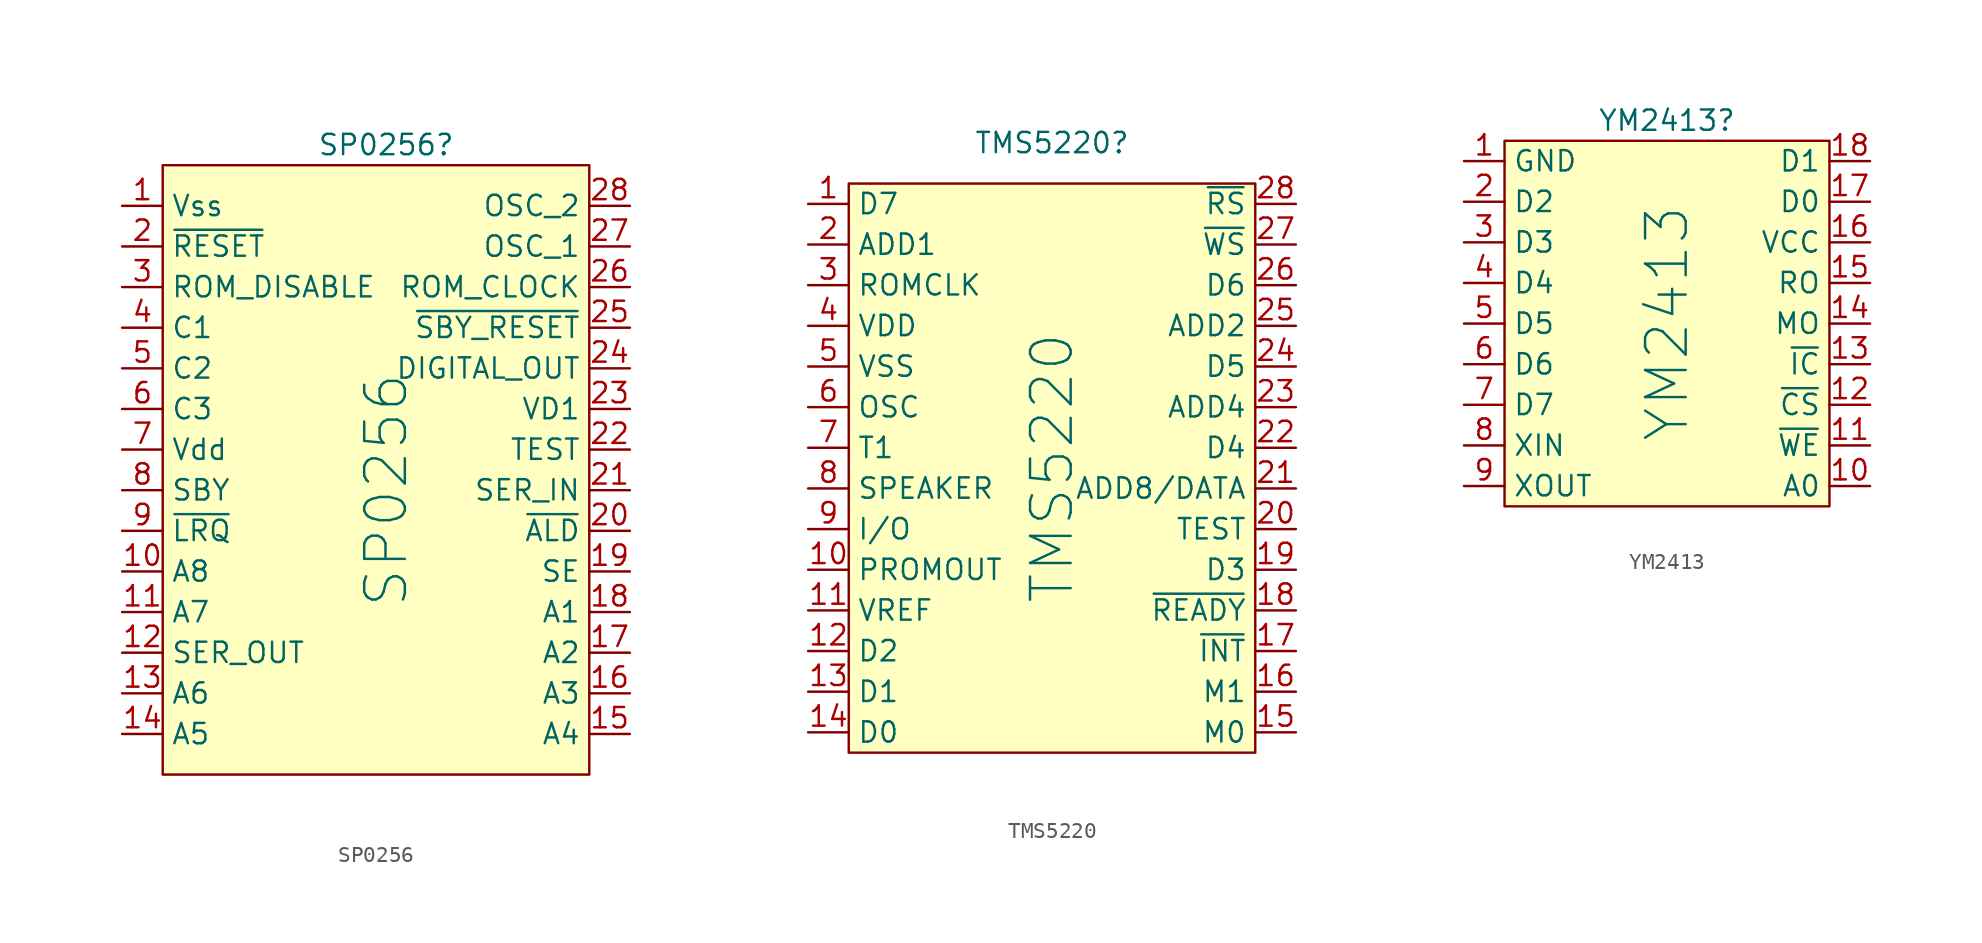
<source format=kicad_sym>
(kicad_symbol_lib
  (version 20220914)
  (generator kicad_symbol_editor)
  (symbol "SP0256"
    (property "Reference" "SP0256"
      (at 0 20.32 0)
      (effects (font (size 1.27 1.27))))
    (property "Value" "SP0256"
      (at 0 -1.27 90)
      (effects (font (size 2.54 2.54))))
    (symbol "SP0256_0_0"
      (pin passive line (at -16.51 16.51 0) (length 2.54) (name "Vss" (effects (font (size 1.27 1.27)))) (number "1" (effects (font (size 1.27 1.27)))))
      (pin input line (at -16.51 -6.35 0) (length 2.54) (name "A8" (effects (font (size 1.27 1.27)))) (number "10" (effects (font (size 1.27 1.27)))))
      (pin input line (at -16.51 -8.89 0) (length 2.54) (name "A7" (effects (font (size 1.27 1.27)))) (number "11" (effects (font (size 1.27 1.27)))))
      (pin output line (at -16.51 -11.43 0) (length 2.54) (name "SER_OUT" (effects (font (size 1.27 1.27)))) (number "12" (effects (font (size 1.27 1.27)))))
      (pin input line (at -16.51 -13.97 0) (length 2.54) (name "A6" (effects (font (size 1.27 1.27)))) (number "13" (effects (font (size 1.27 1.27)))))
      (pin input line (at -16.51 -16.51 0) (length 2.54) (name "A5" (effects (font (size 1.27 1.27)))) (number "14" (effects (font (size 1.27 1.27)))))
      (pin input line (at -16.51 13.97 0) (length 2.54) (name "~{RESET}" (effects (font (size 1.27 1.27)))) (number "2" (effects (font (size 1.27 1.27)))))
      (pin input line (at -16.51 11.43 0) (length 2.54) (name "ROM_DISABLE" (effects (font (size 1.27 1.27)))) (number "3" (effects (font (size 1.27 1.27)))))
      (pin output line (at -16.51 8.89 0) (length 2.54) (name "C1" (effects (font (size 1.27 1.27)))) (number "4" (effects (font (size 1.27 1.27)))))
      (pin output line (at -16.51 6.35 0) (length 2.54) (name "C2" (effects (font (size 1.27 1.27)))) (number "5" (effects (font (size 1.27 1.27)))))
      (pin output line (at -16.51 3.81 0) (length 2.54) (name "C3" (effects (font (size 1.27 1.27)))) (number "6" (effects (font (size 1.27 1.27)))))
      (pin power_in line (at -16.51 1.27 0) (length 2.54) (name "Vdd" (effects (font (size 1.27 1.27)))) (number "7" (effects (font (size 1.27 1.27)))))
      (pin output line (at -16.51 -1.27 0) (length 2.54) (name "SBY" (effects (font (size 1.27 1.27)))) (number "8" (effects (font (size 1.27 1.27)))))
      (pin output line (at -16.51 -3.81 0) (length 2.54) (name "~{LRQ}" (effects (font (size 1.27 1.27)))) (number "9" (effects (font (size 1.27 1.27))))))
    (symbol "SP0256_1_0"
      (pin input line (at 15.24 -16.51 180) (length 2.54) (name "A4" (effects (font (size 1.27 1.27)))) (number "15" (effects (font (size 1.27 1.27)))))
      (pin input line (at 15.24 -13.97 180) (length 2.54) (name "A3" (effects (font (size 1.27 1.27)))) (number "16" (effects (font (size 1.27 1.27)))))
      (pin input line (at 15.24 -11.43 180) (length 2.54) (name "A2" (effects (font (size 1.27 1.27)))) (number "17" (effects (font (size 1.27 1.27)))))
      (pin input line (at 15.24 -8.89 180) (length 2.54) (name "A1" (effects (font (size 1.27 1.27)))) (number "18" (effects (font (size 1.27 1.27)))))
      (pin input line (at 15.24 -6.35 180) (length 2.54) (name "SE" (effects (font (size 1.27 1.27)))) (number "19" (effects (font (size 1.27 1.27)))))
      (pin input line (at 15.24 -3.81 180) (length 2.54) (name "~{ALD}" (effects (font (size 1.27 1.27)))) (number "20" (effects (font (size 1.27 1.27)))))
      (pin input line (at 15.24 -1.27 180) (length 2.54) (name "SER_IN" (effects (font (size 1.27 1.27)))) (number "21" (effects (font (size 1.27 1.27)))))
      (pin passive line (at 15.24 1.27 180) (length 2.54) (name "TEST" (effects (font (size 1.27 1.27)))) (number "22" (effects (font (size 1.27 1.27)))))
      (pin power_in line (at 15.24 3.81 180) (length 2.54) (name "VD1" (effects (font (size 1.27 1.27)))) (number "23" (effects (font (size 1.27 1.27)))))
      (pin output line (at 15.24 6.35 180) (length 2.54) (name "DIGITAL_OUT" (effects (font (size 1.27 1.27)))) (number "24" (effects (font (size 1.27 1.27)))))
      (pin input line (at 15.24 8.89 180) (length 2.54) (name "~{SBY_RESET}" (effects (font (size 1.27 1.27)))) (number "25" (effects (font (size 1.27 1.27)))))
      (pin output line (at 15.24 11.43 180) (length 2.54) (name "ROM_CLOCK" (effects (font (size 1.27 1.27)))) (number "26" (effects (font (size 1.27 1.27)))))
      (pin input line (at 15.24 13.97 180) (length 2.54) (name "OSC_1" (effects (font (size 1.27 1.27)))) (number "27" (effects (font (size 1.27 1.27)))))
      (pin output line (at 15.24 16.51 180) (length 2.54) (name "OSC_2" (effects (font (size 1.27 1.27)))) (number "28" (effects (font (size 1.27 1.27))))))
    (symbol "SP0256_1_1"
      (rectangle (start -13.97 19.05) (end 12.7 -19.05) (stroke (width 0) (type default)) (fill (type background)))))
  (symbol "TMS5220"
    (property "Reference" "TMS5220"
      (at 0 20.32 0)
      (effects (font (size 1.27 1.27))))
    (property "Value" "TMS5220"
      (at 0 0 90)
      (effects (font (size 2.54 2.54))))
    (symbol "TMS5220_0_0"
      (pin bidirectional line (at -15.24 16.51 0) (length 2.54) (name "D7" (effects (font (size 1.27 1.27)))) (number "1" (effects (font (size 1.27 1.27)))))
      (pin output line (at -15.24 -6.35 0) (length 2.54) (name "PROMOUT" (effects (font (size 1.27 1.27)))) (number "10" (effects (font (size 1.27 1.27)))))
      (pin input line (at -15.24 -8.89 0) (length 2.54) (name "VREF" (effects (font (size 1.27 1.27)))) (number "11" (effects (font (size 1.27 1.27)))))
      (pin bidirectional line (at -15.24 -11.43 0) (length 2.54) (name "D2" (effects (font (size 1.27 1.27)))) (number "12" (effects (font (size 1.27 1.27)))))
      (pin bidirectional line (at -15.24 -13.97 0) (length 2.54) (name "D1" (effects (font (size 1.27 1.27)))) (number "13" (effects (font (size 1.27 1.27)))))
      (pin bidirectional line (at -15.24 -16.51 0) (length 2.54) (name "D0" (effects (font (size 1.27 1.27)))) (number "14" (effects (font (size 1.27 1.27)))))
      (pin output line (at 15.24 -16.51 180) (length 2.54) (name "M0" (effects (font (size 1.27 1.27)))) (number "15" (effects (font (size 1.27 1.27)))))
      (pin output line (at 15.24 -13.97 180) (length 2.54) (name "M1" (effects (font (size 1.27 1.27)))) (number "16" (effects (font (size 1.27 1.27)))))
      (pin output line (at 15.24 -11.43 180) (length 2.54) (name "~{INT}" (effects (font (size 1.27 1.27)))) (number "17" (effects (font (size 1.27 1.27)))))
      (pin output line (at 15.24 -8.89 180) (length 2.54) (name "~{READY}" (effects (font (size 1.27 1.27)))) (number "18" (effects (font (size 1.27 1.27)))))
      (pin bidirectional line (at 15.24 -6.35 180) (length 2.54) (name "D3" (effects (font (size 1.27 1.27)))) (number "19" (effects (font (size 1.27 1.27)))))
      (pin output line (at -15.24 13.97 0) (length 2.54) (name "ADD1" (effects (font (size 1.27 1.27)))) (number "2" (effects (font (size 1.27 1.27)))))
      (pin input line (at 15.24 -3.81 180) (length 2.54) (name "TEST" (effects (font (size 1.27 1.27)))) (number "20" (effects (font (size 1.27 1.27)))))
      (pin bidirectional line (at 15.24 -1.27 180) (length 2.54) (name "ADD8/DATA" (effects (font (size 1.27 1.27)))) (number "21" (effects (font (size 1.27 1.27)))))
      (pin bidirectional line (at 15.24 1.27 180) (length 2.54) (name "D4" (effects (font (size 1.27 1.27)))) (number "22" (effects (font (size 1.27 1.27)))))
      (pin output line (at 15.24 3.81 180) (length 2.54) (name "ADD4" (effects (font (size 1.27 1.27)))) (number "23" (effects (font (size 1.27 1.27)))))
      (pin bidirectional line (at 15.24 6.35 180) (length 2.54) (name "D5" (effects (font (size 1.27 1.27)))) (number "24" (effects (font (size 1.27 1.27)))))
      (pin output line (at 15.24 8.89 180) (length 2.54) (name "ADD2" (effects (font (size 1.27 1.27)))) (number "25" (effects (font (size 1.27 1.27)))))
      (pin bidirectional line (at 15.24 11.43 180) (length 2.54) (name "D6" (effects (font (size 1.27 1.27)))) (number "26" (effects (font (size 1.27 1.27)))))
      (pin input line (at 15.24 13.97 180) (length 2.54) (name "~{WS}" (effects (font (size 1.27 1.27)))) (number "27" (effects (font (size 1.27 1.27)))))
      (pin input line (at 15.24 16.51 180) (length 2.54) (name "~{RS}" (effects (font (size 1.27 1.27)))) (number "28" (effects (font (size 1.27 1.27)))))
      (pin output line (at -15.24 11.43 0) (length 2.54) (name "ROMCLK" (effects (font (size 1.27 1.27)))) (number "3" (effects (font (size 1.27 1.27)))))
      (pin input line (at -15.24 8.89 0) (length 2.54) (name "VDD" (effects (font (size 1.27 1.27)))) (number "4" (effects (font (size 1.27 1.27)))))
      (pin input line (at -15.24 6.35 0) (length 2.54) (name "VSS" (effects (font (size 1.27 1.27)))) (number "5" (effects (font (size 1.27 1.27)))))
      (pin input line (at -15.24 3.81 0) (length 2.54) (name "OSC" (effects (font (size 1.27 1.27)))) (number "6" (effects (font (size 1.27 1.27)))))
      (pin output line (at -15.24 1.27 0) (length 2.54) (name "T1" (effects (font (size 1.27 1.27)))) (number "7" (effects (font (size 1.27 1.27)))))
      (pin output line (at -15.24 -1.27 0) (length 2.54) (name "SPEAKER" (effects (font (size 1.27 1.27)))) (number "8" (effects (font (size 1.27 1.27)))))
      (pin output line (at -15.24 -3.81 0) (length 2.54) (name "I/O" (effects (font (size 1.27 1.27)))) (number "9" (effects (font (size 1.27 1.27))))))
    (symbol "TMS5220_1_1"
      (rectangle (start -12.7 17.78) (end 12.7 -17.78) (stroke (width 0) (type default)) (fill (type background)))))
  (symbol "YM2413"
    (property "Reference" "YM2413"
      (at 0 12.7 0)
      (effects (font (size 1.27 1.27))))
    (property "Value" "YM2413"
      (at 0 0 90)
      (effects (font (size 2.54 2.54))))
    (symbol "YM2413_0_0"
      (pin passive line (at -12.7 10.16 0) (length 2.54) (name "GND" (effects (font (size 1.27 1.27)))) (number "1" (effects (font (size 1.27 1.27)))))
      (pin input line (at 12.7 -10.16 180) (length 2.54) (name "A0" (effects (font (size 1.27 1.27)))) (number "10" (effects (font (size 1.27 1.27)))))
      (pin input line (at 12.7 -7.62 180) (length 2.54) (name "~{WE}" (effects (font (size 1.27 1.27)))) (number "11" (effects (font (size 1.27 1.27)))))
      (pin input line (at 12.7 -5.08 180) (length 2.54) (name "~{CS}" (effects (font (size 1.27 1.27)))) (number "12" (effects (font (size 1.27 1.27)))))
      (pin input line (at 12.7 -2.54 180) (length 2.54) (name "~{IC}" (effects (font (size 1.27 1.27)))) (number "13" (effects (font (size 1.27 1.27)))))
      (pin output line (at 12.7 0 180) (length 2.54) (name "MO" (effects (font (size 1.27 1.27)))) (number "14" (effects (font (size 1.27 1.27)))))
      (pin output line (at 12.7 2.54 180) (length 2.54) (name "RO" (effects (font (size 1.27 1.27)))) (number "15" (effects (font (size 1.27 1.27)))))
      (pin power_in line (at 12.7 5.08 180) (length 2.54) (name "VCC" (effects (font (size 1.27 1.27)))) (number "16" (effects (font (size 1.27 1.27)))))
      (pin bidirectional line (at 12.7 7.62 180) (length 2.54) (name "D0" (effects (font (size 1.27 1.27)))) (number "17" (effects (font (size 1.27 1.27)))))
      (pin bidirectional line (at 12.7 10.16 180) (length 2.54) (name "D1" (effects (font (size 1.27 1.27)))) (number "18" (effects (font (size 1.27 1.27)))))
      (pin bidirectional line (at -12.7 7.62 0) (length 2.54) (name "D2" (effects (font (size 1.27 1.27)))) (number "2" (effects (font (size 1.27 1.27)))))
      (pin bidirectional line (at -12.7 5.08 0) (length 2.54) (name "D3" (effects (font (size 1.27 1.27)))) (number "3" (effects (font (size 1.27 1.27)))))
      (pin bidirectional line (at -12.7 2.54 0) (length 2.54) (name "D4" (effects (font (size 1.27 1.27)))) (number "4" (effects (font (size 1.27 1.27)))))
      (pin bidirectional line (at -12.7 0 0) (length 2.54) (name "D5" (effects (font (size 1.27 1.27)))) (number "5" (effects (font (size 1.27 1.27)))))
      (pin bidirectional line (at -12.7 -2.54 0) (length 2.54) (name "D6" (effects (font (size 1.27 1.27)))) (number "6" (effects (font (size 1.27 1.27)))))
      (pin bidirectional line (at -12.7 -5.08 0) (length 2.54) (name "D7" (effects (font (size 1.27 1.27)))) (number "7" (effects (font (size 1.27 1.27)))))
      (pin input line (at -12.7 -7.62 0) (length 2.54) (name "XIN" (effects (font (size 1.27 1.27)))) (number "8" (effects (font (size 1.27 1.27)))))
      (pin output line (at -12.7 -10.16 0) (length 2.54) (name "XOUT" (effects (font (size 1.27 1.27)))) (number "9" (effects (font (size 1.27 1.27))))))
    (symbol "YM2413_0_1"
      (rectangle (start 2.54 11.43) (end 2.54 11.43) (stroke (width 0) (type default)) (fill (type none))))
    (symbol "YM2413_1_1"
      (rectangle (start -10.16 11.43) (end 10.16 -11.43) (stroke (width 0) (type default)) (fill (type background))))))
</source>
